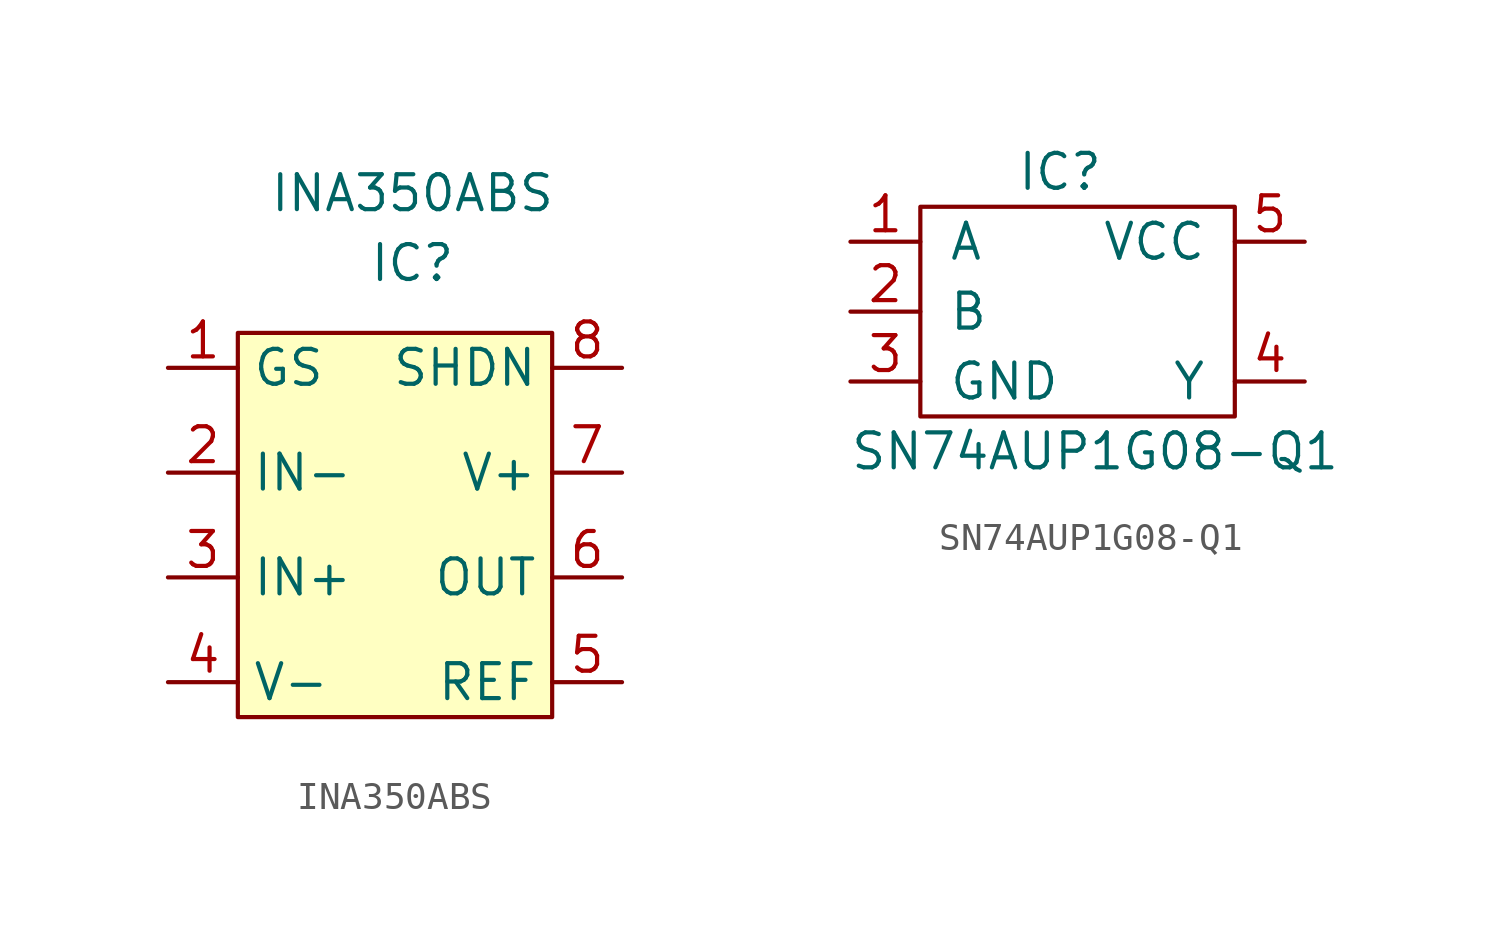
<source format=kicad_sym>
(kicad_symbol_lib
  (version 20220914)
  (generator kicad_symbol_editor)
  (symbol "INA350ABS"
    (property "Reference" "IC"
      (at 0 1.27 0)
      (effects (font (size 1.27 1.27))))
    (property "Value" "INA350ABS"
      (at 0 3.81 0)
      (effects (font (size 1.27 1.27))))
    (symbol "INA350ABS_1_1"
      (rectangle (start -6.35 -1.27) (end 5.08 -15.24) (stroke (width 0) (type default)) (fill (type background)))
      (pin input line (at -8.89 -2.54 0) (length 2.54) (name "GS" (effects (font (size 1.27 1.27)))) (number "1" (effects (font (size 1.27 1.27)))))
      (pin input line (at -8.89 -6.35 0) (length 2.54) (name "IN-" (effects (font (size 1.27 1.27)))) (number "2" (effects (font (size 1.27 1.27)))))
      (pin input line (at -8.89 -10.16 0) (length 2.54) (name "IN+" (effects (font (size 1.27 1.27)))) (number "3" (effects (font (size 1.27 1.27)))))
      (pin input line (at -8.89 -13.97 0) (length 2.54) (name "V-" (effects (font (size 1.27 1.27)))) (number "4" (effects (font (size 1.27 1.27)))))
      (pin input line (at 7.62 -13.97 180) (length 2.54) (name "REF" (effects (font (size 1.27 1.27)))) (number "5" (effects (font (size 1.27 1.27)))))
      (pin output line (at 7.62 -10.16 180) (length 2.54) (name "OUT" (effects (font (size 1.27 1.27)))) (number "6" (effects (font (size 1.27 1.27)))))
      (pin input line (at 7.62 -6.35 180) (length 2.54) (name "V+" (effects (font (size 1.27 1.27)))) (number "7" (effects (font (size 1.27 1.27)))))
      (pin input line (at 7.62 -2.54 180) (length 2.54) (name "SHDN" (effects (font (size 1.27 1.27)))) (number "8" (effects (font (size 1.27 1.27)))))))
  (symbol "SN74AUP1G08-Q1"
    (pin_names
      (offset 1.016))
    (property "Reference" "IC"
      (at 0 0 0)
      (effects (font (size 1.27 1.27))))
    (property "Value" "SN74AUP1G08-Q1"
      (at 1.27 -10.16 0)
      (effects (font (size 1.27 1.27))))
    (symbol "SN74AUP1G08-Q1_0_1"
      (rectangle (start -5.08 -1.27) (end 6.35 -8.89) (stroke (width 0) (type solid)) (fill (type none))))
    (symbol "SN74AUP1G08-Q1_1_1"
      (pin input line (at -7.62 -2.54 0) (length 2.54) (name "A" (effects (font (size 1.27 1.27)))) (number "1" (effects (font (size 1.27 1.27)))))
      (pin input line (at -7.62 -5.08 0) (length 2.54) (name "B" (effects (font (size 1.27 1.27)))) (number "2" (effects (font (size 1.27 1.27)))))
      (pin input line (at -7.62 -7.62 0) (length 2.54) (name "GND" (effects (font (size 1.27 1.27)))) (number "3" (effects (font (size 1.27 1.27)))))
      (pin output line (at 8.89 -7.62 180) (length 2.54) (name "Y" (effects (font (size 1.27 1.27)))) (number "4" (effects (font (size 1.27 1.27)))))
      (pin input line (at 8.89 -2.54 180) (length 2.54) (name "VCC" (effects (font (size 1.27 1.27)))) (number "5" (effects (font (size 1.27 1.27))))))))
</source>
